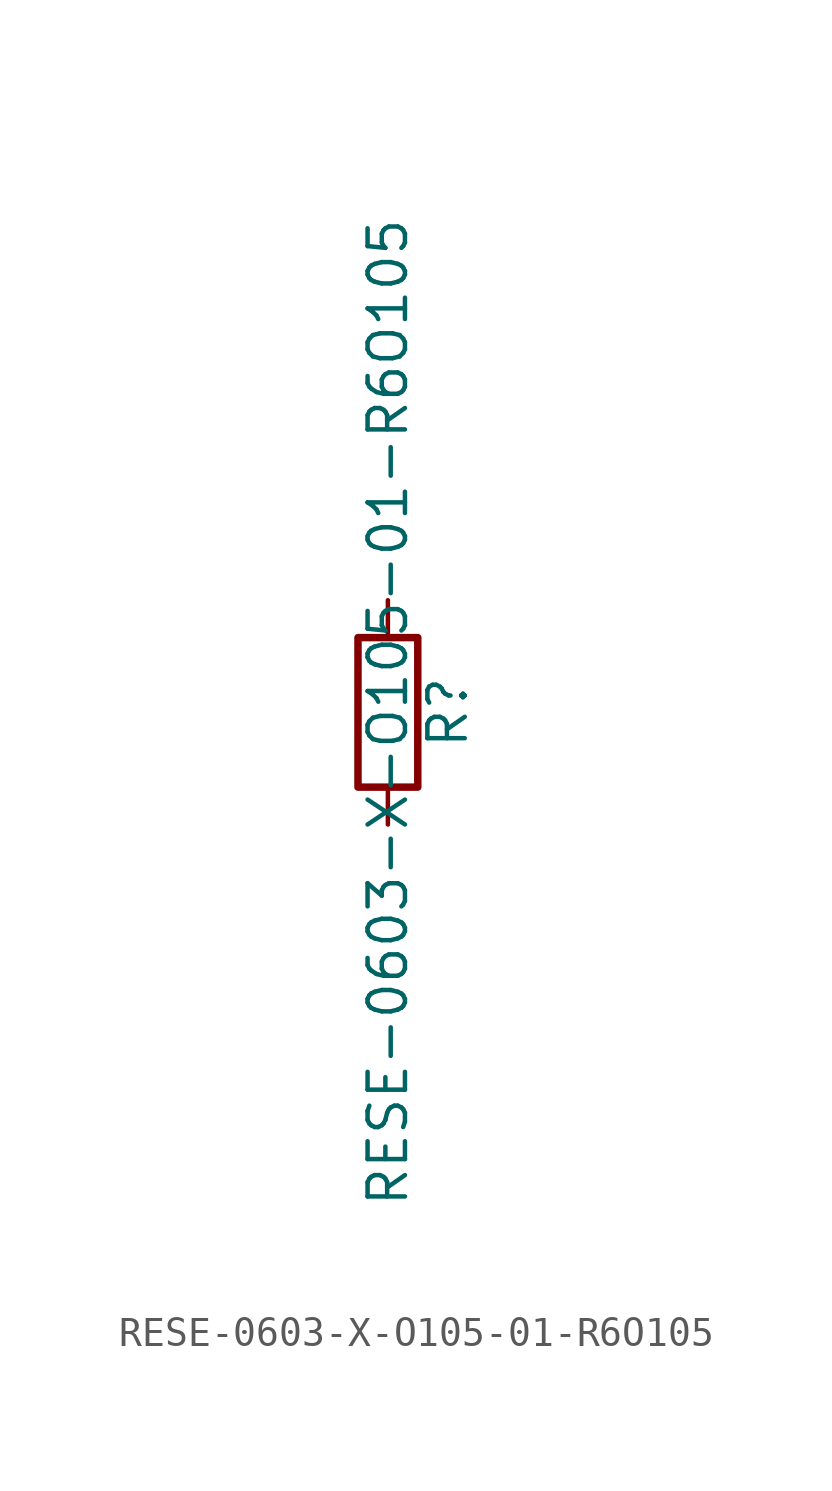
<source format=kicad_sym>
(kicad_symbol_lib
  (version 20211014)
  (generator kicad_symbol_editor)
  (symbol "RESE-0603-X-O105-01-R6O105"
    (pin_numbers hide)
    (pin_names
      (offset 0))
    (property "Reference" "R"
      (at 2.032 0 90)
      (effects (font (size 1.27 1.27))))
    (property "Value" "RESE-0603-X-O105-01-R6O105"
      (at 0 0 90)
      (effects (font (size 1.27 1.27))))
    (symbol "RESE-0603-X-O105-01-R6O105_0_1"
      (rectangle (start -1.016 -2.54) (end 1.016 2.54) (stroke (width 0.254) (type default) (color 0 0 0 0)) (fill (type none))))
    (symbol "RESE-0603-X-O105-01-R6O105_1_1"
      (pin passive line (at 0 3.81 270) (length 1.27) (name "~" (effects (font (size 1.27 1.27)))) (number "1" (effects (font (size 1.27 1.27)))))
      (pin passive line (at 0 -3.81 90) (length 1.27) (name "~" (effects (font (size 1.27 1.27)))) (number "2" (effects (font (size 1.27 1.27))))))))
</source>
